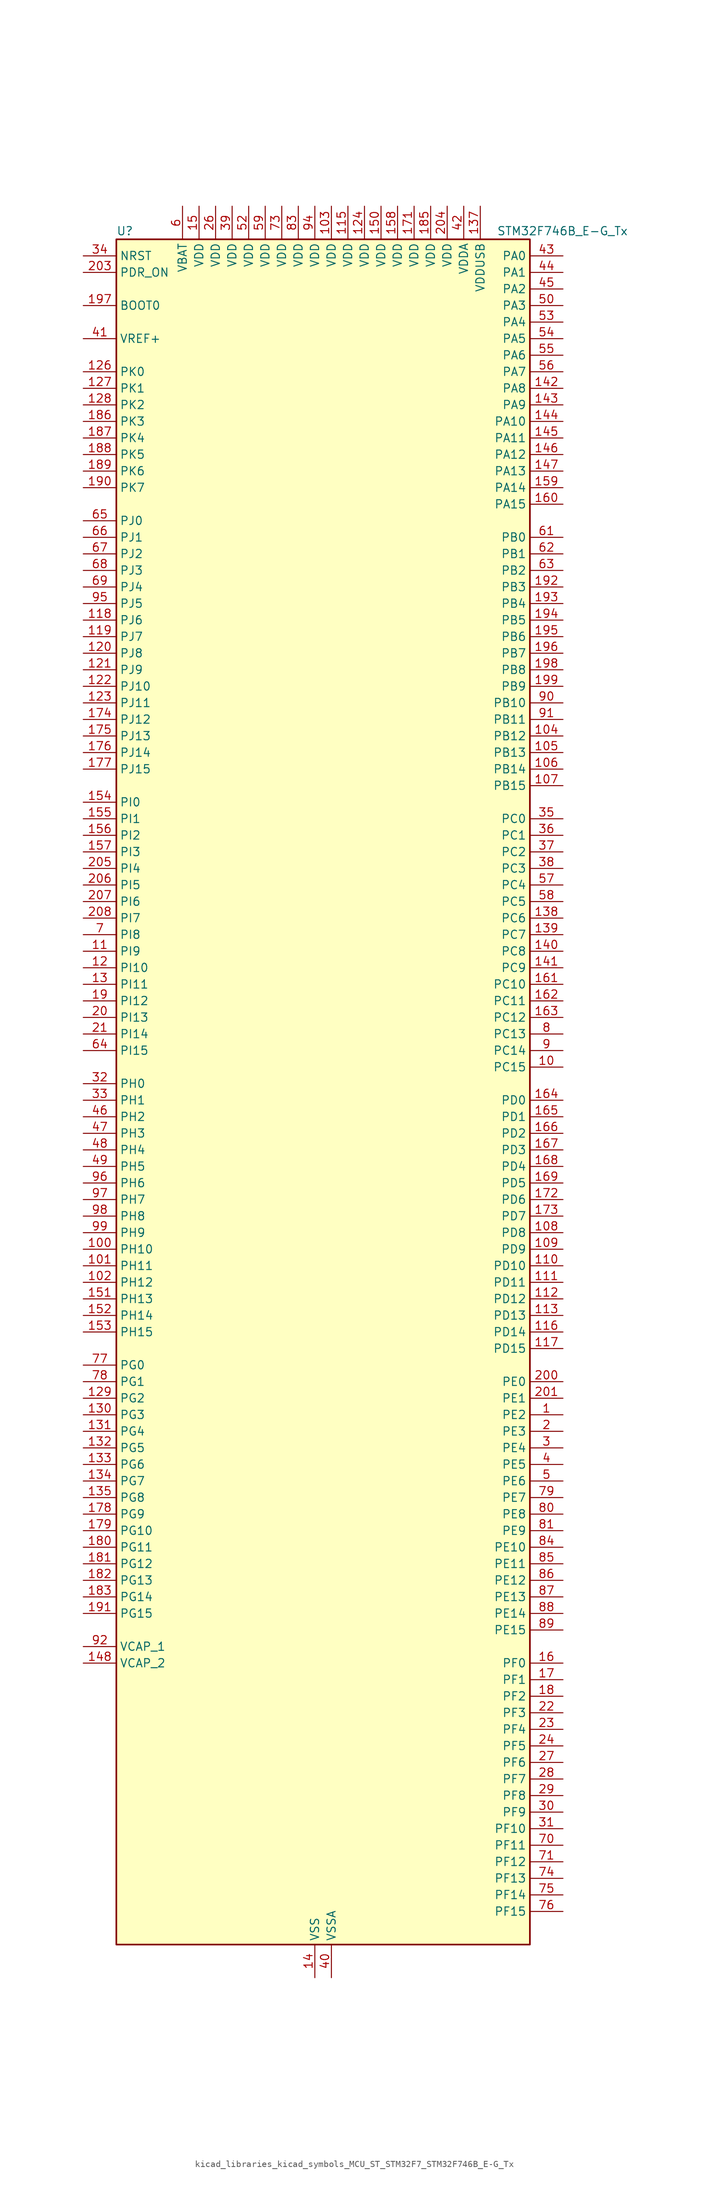
<source format=kicad_sym>
(kicad_symbol_lib
  (version 20220914)
  (generator kicad_symbol_editor)
  (symbol "kicad_libraries_kicad_symbols_MCU_ST_STM32F7_STM32F746B_E-G_Tx"
    (property "Reference" "U"
      (at -30.48 133.35 0)
      (effects (font (size 1.27 1.27)) (justify left)))
    (property "Value" "STM32F746B_E-G_Tx"
      (at 27.94 133.35 0)
      (effects (font (size 1.27 1.27)) (justify left)))
    (property "ki_locked" ""
      (at 0 0 0)
      (effects (font (size 1.27 1.27))))
    (symbol "kicad_libraries_kicad_symbols_MCU_ST_STM32F7_STM32F746B_E-G_Tx_0_1"
      (rectangle (start -30.48 -129.54) (end 33.02 132.08) (stroke (width 0.254) (type default)) (fill (type background))))
    (symbol "kicad_libraries_kicad_symbols_MCU_ST_STM32F7_STM32F746B_E-G_Tx_1_1"
      (pin bidirectional line (at 38.1 -48.26 180) (length 5.08) (name "PE2" (effects (font (size 1.27 1.27)))) (number "1" (effects (font (size 1.27 1.27)))) (alternate "ETH_TXD3" bidirectional line) (alternate "FMC_A23" bidirectional line) (alternate "QUADSPI_BK1_IO2" bidirectional line) (alternate "SAI1_MCLK_A" bidirectional line) (alternate "SPI4_SCK" bidirectional line) (alternate "SYS_TRACECLK" bidirectional line))
      (pin bidirectional line (at 38.1 5.08 180) (length 5.08) (name "PC15" (effects (font (size 1.27 1.27)))) (number "10" (effects (font (size 1.27 1.27)))) (alternate "RCC_OSC32_OUT" bidirectional line))
      (pin bidirectional line (at -35.56 -22.86 0) (length 5.08) (name "PH10" (effects (font (size 1.27 1.27)))) (number "100" (effects (font (size 1.27 1.27)))) (alternate "DCMI_D1" bidirectional line) (alternate "FMC_D18" bidirectional line) (alternate "I2C4_SMBA" bidirectional line) (alternate "LTDC_R4" bidirectional line) (alternate "TIM5_CH1" bidirectional line))
      (pin bidirectional line (at -35.56 -25.4 0) (length 5.08) (name "PH11" (effects (font (size 1.27 1.27)))) (number "101" (effects (font (size 1.27 1.27)))) (alternate "ADC1_EXTI11" bidirectional line) (alternate "ADC2_EXTI11" bidirectional line) (alternate "ADC3_EXTI11" bidirectional line) (alternate "DCMI_D2" bidirectional line) (alternate "FMC_D19" bidirectional line) (alternate "I2C4_SCL" bidirectional line) (alternate "LTDC_R5" bidirectional line) (alternate "TIM5_CH2" bidirectional line))
      (pin bidirectional line (at -35.56 -27.94 0) (length 5.08) (name "PH12" (effects (font (size 1.27 1.27)))) (number "102" (effects (font (size 1.27 1.27)))) (alternate "DCMI_D3" bidirectional line) (alternate "FMC_D20" bidirectional line) (alternate "I2C4_SDA" bidirectional line) (alternate "LTDC_R6" bidirectional line) (alternate "TIM5_CH3" bidirectional line))
      (pin power_in line (at 2.54 137.16 270) (length 5.08) (name "VDD" (effects (font (size 1.27 1.27)))) (number "103" (effects (font (size 1.27 1.27)))))
      (pin bidirectional line (at 38.1 55.88 180) (length 5.08) (name "PB12" (effects (font (size 1.27 1.27)))) (number "104" (effects (font (size 1.27 1.27)))) (alternate "CAN2_RX" bidirectional line) (alternate "ETH_TXD0" bidirectional line) (alternate "I2C2_SMBA" bidirectional line) (alternate "I2S2_WS" bidirectional line) (alternate "SPI2_NSS" bidirectional line) (alternate "TIM1_BKIN" bidirectional line) (alternate "USART3_CK" bidirectional line) (alternate "USB_OTG_HS_ID" bidirectional line) (alternate "USB_OTG_HS_ULPI_D5" bidirectional line))
      (pin bidirectional line (at 38.1 53.34 180) (length 5.08) (name "PB13" (effects (font (size 1.27 1.27)))) (number "105" (effects (font (size 1.27 1.27)))) (alternate "CAN2_TX" bidirectional line) (alternate "ETH_TXD1" bidirectional line) (alternate "I2S2_CK" bidirectional line) (alternate "SPI2_SCK" bidirectional line) (alternate "TIM1_CH1N" bidirectional line) (alternate "USART3_CTS" bidirectional line) (alternate "USB_OTG_HS_ULPI_D6" bidirectional line) (alternate "USB_OTG_HS_VBUS" bidirectional line))
      (pin bidirectional line (at 38.1 50.8 180) (length 5.08) (name "PB14" (effects (font (size 1.27 1.27)))) (number "106" (effects (font (size 1.27 1.27)))) (alternate "SPI2_MISO" bidirectional line) (alternate "TIM12_CH1" bidirectional line) (alternate "TIM1_CH2N" bidirectional line) (alternate "TIM8_CH2N" bidirectional line) (alternate "USART3_DE" bidirectional line) (alternate "USART3_RTS" bidirectional line) (alternate "USB_OTG_HS_DM" bidirectional line))
      (pin bidirectional line (at 38.1 48.26 180) (length 5.08) (name "PB15" (effects (font (size 1.27 1.27)))) (number "107" (effects (font (size 1.27 1.27)))) (alternate "I2S2_SD" bidirectional line) (alternate "RTC_REFIN" bidirectional line) (alternate "SPI2_MOSI" bidirectional line) (alternate "TIM12_CH2" bidirectional line) (alternate "TIM1_CH3N" bidirectional line) (alternate "TIM8_CH3N" bidirectional line) (alternate "USB_OTG_HS_DP" bidirectional line))
      (pin bidirectional line (at 38.1 -20.32 180) (length 5.08) (name "PD8" (effects (font (size 1.27 1.27)))) (number "108" (effects (font (size 1.27 1.27)))) (alternate "FMC_D13" bidirectional line) (alternate "FMC_DA13" bidirectional line) (alternate "SPDIFRX_IN1" bidirectional line) (alternate "USART3_TX" bidirectional line))
      (pin bidirectional line (at 38.1 -22.86 180) (length 5.08) (name "PD9" (effects (font (size 1.27 1.27)))) (number "109" (effects (font (size 1.27 1.27)))) (alternate "DAC_EXTI9" bidirectional line) (alternate "FMC_D14" bidirectional line) (alternate "FMC_DA14" bidirectional line) (alternate "USART3_RX" bidirectional line))
      (pin bidirectional line (at -35.56 22.86 0) (length 5.08) (name "PI9" (effects (font (size 1.27 1.27)))) (number "11" (effects (font (size 1.27 1.27)))) (alternate "CAN1_RX" bidirectional line) (alternate "DAC_EXTI9" bidirectional line) (alternate "FMC_D30" bidirectional line) (alternate "LTDC_VSYNC" bidirectional line))
      (pin bidirectional line (at 38.1 -25.4 180) (length 5.08) (name "PD10" (effects (font (size 1.27 1.27)))) (number "110" (effects (font (size 1.27 1.27)))) (alternate "FMC_D15" bidirectional line) (alternate "FMC_DA15" bidirectional line) (alternate "LTDC_B3" bidirectional line) (alternate "USART3_CK" bidirectional line))
      (pin bidirectional line (at 38.1 -27.94 180) (length 5.08) (name "PD11" (effects (font (size 1.27 1.27)))) (number "111" (effects (font (size 1.27 1.27)))) (alternate "ADC1_EXTI11" bidirectional line) (alternate "ADC2_EXTI11" bidirectional line) (alternate "ADC3_EXTI11" bidirectional line) (alternate "FMC_A16" bidirectional line) (alternate "FMC_CLE" bidirectional line) (alternate "I2C4_SMBA" bidirectional line) (alternate "QUADSPI_BK1_IO0" bidirectional line) (alternate "SAI2_SD_A" bidirectional line) (alternate "USART3_CTS" bidirectional line))
      (pin bidirectional line (at 38.1 -30.48 180) (length 5.08) (name "PD12" (effects (font (size 1.27 1.27)))) (number "112" (effects (font (size 1.27 1.27)))) (alternate "FMC_A17" bidirectional line) (alternate "FMC_ALE" bidirectional line) (alternate "I2C4_SCL" bidirectional line) (alternate "LPTIM1_IN1" bidirectional line) (alternate "QUADSPI_BK1_IO1" bidirectional line) (alternate "SAI2_FS_A" bidirectional line) (alternate "TIM4_CH1" bidirectional line) (alternate "USART3_DE" bidirectional line) (alternate "USART3_RTS" bidirectional line))
      (pin bidirectional line (at 38.1 -33.02 180) (length 5.08) (name "PD13" (effects (font (size 1.27 1.27)))) (number "113" (effects (font (size 1.27 1.27)))) (alternate "FMC_A18" bidirectional line) (alternate "I2C4_SDA" bidirectional line) (alternate "LPTIM1_OUT" bidirectional line) (alternate "QUADSPI_BK1_IO3" bidirectional line) (alternate "SAI2_SCK_A" bidirectional line) (alternate "TIM4_CH2" bidirectional line))
      (pin passive line (at 0 -134.62 90) (length 5.08) hide (name "VSS" (effects (font (size 1.27 1.27)))) (number "114" (effects (font (size 1.27 1.27)))))
      (pin power_in line (at 5.08 137.16 270) (length 5.08) (name "VDD" (effects (font (size 1.27 1.27)))) (number "115" (effects (font (size 1.27 1.27)))))
      (pin bidirectional line (at 38.1 -35.56 180) (length 5.08) (name "PD14" (effects (font (size 1.27 1.27)))) (number "116" (effects (font (size 1.27 1.27)))) (alternate "FMC_D0" bidirectional line) (alternate "FMC_DA0" bidirectional line) (alternate "TIM4_CH3" bidirectional line) (alternate "UART8_CTS" bidirectional line))
      (pin bidirectional line (at 38.1 -38.1 180) (length 5.08) (name "PD15" (effects (font (size 1.27 1.27)))) (number "117" (effects (font (size 1.27 1.27)))) (alternate "FMC_D1" bidirectional line) (alternate "FMC_DA1" bidirectional line) (alternate "TIM4_CH4" bidirectional line) (alternate "UART8_DE" bidirectional line) (alternate "UART8_RTS" bidirectional line))
      (pin bidirectional line (at -35.56 73.66 0) (length 5.08) (name "PJ6" (effects (font (size 1.27 1.27)))) (number "118" (effects (font (size 1.27 1.27)))) (alternate "LTDC_R7" bidirectional line))
      (pin bidirectional line (at -35.56 71.12 0) (length 5.08) (name "PJ7" (effects (font (size 1.27 1.27)))) (number "119" (effects (font (size 1.27 1.27)))) (alternate "LTDC_G0" bidirectional line))
      (pin bidirectional line (at -35.56 20.32 0) (length 5.08) (name "PI10" (effects (font (size 1.27 1.27)))) (number "12" (effects (font (size 1.27 1.27)))) (alternate "ETH_RX_ER" bidirectional line) (alternate "FMC_D31" bidirectional line) (alternate "LTDC_HSYNC" bidirectional line))
      (pin bidirectional line (at -35.56 68.58 0) (length 5.08) (name "PJ8" (effects (font (size 1.27 1.27)))) (number "120" (effects (font (size 1.27 1.27)))) (alternate "LTDC_G1" bidirectional line))
      (pin bidirectional line (at -35.56 66.04 0) (length 5.08) (name "PJ9" (effects (font (size 1.27 1.27)))) (number "121" (effects (font (size 1.27 1.27)))) (alternate "DAC_EXTI9" bidirectional line) (alternate "LTDC_G2" bidirectional line))
      (pin bidirectional line (at -35.56 63.5 0) (length 5.08) (name "PJ10" (effects (font (size 1.27 1.27)))) (number "122" (effects (font (size 1.27 1.27)))) (alternate "LTDC_G3" bidirectional line))
      (pin bidirectional line (at -35.56 60.96 0) (length 5.08) (name "PJ11" (effects (font (size 1.27 1.27)))) (number "123" (effects (font (size 1.27 1.27)))) (alternate "ADC1_EXTI11" bidirectional line) (alternate "ADC2_EXTI11" bidirectional line) (alternate "ADC3_EXTI11" bidirectional line) (alternate "LTDC_G4" bidirectional line))
      (pin power_in line (at 7.62 137.16 270) (length 5.08) (name "VDD" (effects (font (size 1.27 1.27)))) (number "124" (effects (font (size 1.27 1.27)))))
      (pin passive line (at 0 -134.62 90) (length 5.08) hide (name "VSS" (effects (font (size 1.27 1.27)))) (number "125" (effects (font (size 1.27 1.27)))))
      (pin bidirectional line (at -35.56 111.76 0) (length 5.08) (name "PK0" (effects (font (size 1.27 1.27)))) (number "126" (effects (font (size 1.27 1.27)))) (alternate "LTDC_G5" bidirectional line))
      (pin bidirectional line (at -35.56 109.22 0) (length 5.08) (name "PK1" (effects (font (size 1.27 1.27)))) (number "127" (effects (font (size 1.27 1.27)))) (alternate "LTDC_G6" bidirectional line))
      (pin bidirectional line (at -35.56 106.68 0) (length 5.08) (name "PK2" (effects (font (size 1.27 1.27)))) (number "128" (effects (font (size 1.27 1.27)))) (alternate "LTDC_G7" bidirectional line))
      (pin bidirectional line (at -35.56 -45.72 0) (length 5.08) (name "PG2" (effects (font (size 1.27 1.27)))) (number "129" (effects (font (size 1.27 1.27)))) (alternate "FMC_A12" bidirectional line))
      (pin bidirectional line (at -35.56 17.78 0) (length 5.08) (name "PI11" (effects (font (size 1.27 1.27)))) (number "13" (effects (font (size 1.27 1.27)))) (alternate "ADC1_EXTI11" bidirectional line) (alternate "ADC2_EXTI11" bidirectional line) (alternate "ADC3_EXTI11" bidirectional line) (alternate "SYS_WKUP6" bidirectional line) (alternate "USB_OTG_HS_ULPI_DIR" bidirectional line))
      (pin bidirectional line (at -35.56 -48.26 0) (length 5.08) (name "PG3" (effects (font (size 1.27 1.27)))) (number "130" (effects (font (size 1.27 1.27)))) (alternate "FMC_A13" bidirectional line))
      (pin bidirectional line (at -35.56 -50.8 0) (length 5.08) (name "PG4" (effects (font (size 1.27 1.27)))) (number "131" (effects (font (size 1.27 1.27)))) (alternate "FMC_A14" bidirectional line) (alternate "FMC_BA0" bidirectional line))
      (pin bidirectional line (at -35.56 -53.34 0) (length 5.08) (name "PG5" (effects (font (size 1.27 1.27)))) (number "132" (effects (font (size 1.27 1.27)))) (alternate "FMC_A15" bidirectional line) (alternate "FMC_BA1" bidirectional line))
      (pin bidirectional line (at -35.56 -55.88 0) (length 5.08) (name "PG6" (effects (font (size 1.27 1.27)))) (number "133" (effects (font (size 1.27 1.27)))) (alternate "DCMI_D12" bidirectional line) (alternate "LTDC_R7" bidirectional line))
      (pin bidirectional line (at -35.56 -58.42 0) (length 5.08) (name "PG7" (effects (font (size 1.27 1.27)))) (number "134" (effects (font (size 1.27 1.27)))) (alternate "DCMI_D13" bidirectional line) (alternate "FMC_INT" bidirectional line) (alternate "LTDC_CLK" bidirectional line) (alternate "USART6_CK" bidirectional line))
      (pin bidirectional line (at -35.56 -60.96 0) (length 5.08) (name "PG8" (effects (font (size 1.27 1.27)))) (number "135" (effects (font (size 1.27 1.27)))) (alternate "ETH_PPS_OUT" bidirectional line) (alternate "FMC_SDCLK" bidirectional line) (alternate "SPDIFRX_IN2" bidirectional line) (alternate "SPI6_NSS" bidirectional line) (alternate "USART6_DE" bidirectional line) (alternate "USART6_RTS" bidirectional line))
      (pin passive line (at 0 -134.62 90) (length 5.08) hide (name "VSS" (effects (font (size 1.27 1.27)))) (number "136" (effects (font (size 1.27 1.27)))))
      (pin power_in line (at 25.4 137.16 270) (length 5.08) (name "VDDUSB" (effects (font (size 1.27 1.27)))) (number "137" (effects (font (size 1.27 1.27)))))
      (pin bidirectional line (at 38.1 27.94 180) (length 5.08) (name "PC6" (effects (font (size 1.27 1.27)))) (number "138" (effects (font (size 1.27 1.27)))) (alternate "DCMI_D0" bidirectional line) (alternate "I2S2_MCK" bidirectional line) (alternate "LTDC_HSYNC" bidirectional line) (alternate "SDMMC1_D6" bidirectional line) (alternate "TIM3_CH1" bidirectional line) (alternate "TIM8_CH1" bidirectional line) (alternate "USART6_TX" bidirectional line))
      (pin bidirectional line (at 38.1 25.4 180) (length 5.08) (name "PC7" (effects (font (size 1.27 1.27)))) (number "139" (effects (font (size 1.27 1.27)))) (alternate "DCMI_D1" bidirectional line) (alternate "I2S3_MCK" bidirectional line) (alternate "LTDC_G6" bidirectional line) (alternate "SDMMC1_D7" bidirectional line) (alternate "TIM3_CH2" bidirectional line) (alternate "TIM8_CH2" bidirectional line) (alternate "USART6_RX" bidirectional line))
      (pin power_in line (at 0 -134.62 90) (length 5.08) (name "VSS" (effects (font (size 1.27 1.27)))) (number "14" (effects (font (size 1.27 1.27)))))
      (pin bidirectional line (at 38.1 22.86 180) (length 5.08) (name "PC8" (effects (font (size 1.27 1.27)))) (number "140" (effects (font (size 1.27 1.27)))) (alternate "DCMI_D2" bidirectional line) (alternate "SDMMC1_D0" bidirectional line) (alternate "SYS_TRACED1" bidirectional line) (alternate "TIM3_CH3" bidirectional line) (alternate "TIM8_CH3" bidirectional line) (alternate "UART5_DE" bidirectional line) (alternate "UART5_RTS" bidirectional line) (alternate "USART6_CK" bidirectional line))
      (pin bidirectional line (at 38.1 20.32 180) (length 5.08) (name "PC9" (effects (font (size 1.27 1.27)))) (number "141" (effects (font (size 1.27 1.27)))) (alternate "DAC_EXTI9" bidirectional line) (alternate "DCMI_D3" bidirectional line) (alternate "I2C3_SDA" bidirectional line) (alternate "I2S_CKIN" bidirectional line) (alternate "QUADSPI_BK1_IO0" bidirectional line) (alternate "RCC_MCO_2" bidirectional line) (alternate "SDMMC1_D1" bidirectional line) (alternate "TIM3_CH4" bidirectional line) (alternate "TIM8_CH4" bidirectional line) (alternate "UART5_CTS" bidirectional line))
      (pin bidirectional line (at 38.1 109.22 180) (length 5.08) (name "PA8" (effects (font (size 1.27 1.27)))) (number "142" (effects (font (size 1.27 1.27)))) (alternate "I2C3_SCL" bidirectional line) (alternate "LTDC_R6" bidirectional line) (alternate "RCC_MCO_1" bidirectional line) (alternate "TIM1_CH1" bidirectional line) (alternate "TIM8_BKIN2" bidirectional line) (alternate "USART1_CK" bidirectional line) (alternate "USB_OTG_FS_SOF" bidirectional line))
      (pin bidirectional line (at 38.1 106.68 180) (length 5.08) (name "PA9" (effects (font (size 1.27 1.27)))) (number "143" (effects (font (size 1.27 1.27)))) (alternate "DAC_EXTI9" bidirectional line) (alternate "DCMI_D0" bidirectional line) (alternate "I2C3_SMBA" bidirectional line) (alternate "I2S2_CK" bidirectional line) (alternate "SPI2_SCK" bidirectional line) (alternate "TIM1_CH2" bidirectional line) (alternate "USART1_TX" bidirectional line) (alternate "USB_OTG_FS_VBUS" bidirectional line))
      (pin bidirectional line (at 38.1 104.14 180) (length 5.08) (name "PA10" (effects (font (size 1.27 1.27)))) (number "144" (effects (font (size 1.27 1.27)))) (alternate "DCMI_D1" bidirectional line) (alternate "TIM1_CH3" bidirectional line) (alternate "USART1_RX" bidirectional line) (alternate "USB_OTG_FS_ID" bidirectional line))
      (pin bidirectional line (at 38.1 101.6 180) (length 5.08) (name "PA11" (effects (font (size 1.27 1.27)))) (number "145" (effects (font (size 1.27 1.27)))) (alternate "ADC1_EXTI11" bidirectional line) (alternate "ADC2_EXTI11" bidirectional line) (alternate "ADC3_EXTI11" bidirectional line) (alternate "CAN1_RX" bidirectional line) (alternate "LTDC_R4" bidirectional line) (alternate "TIM1_CH4" bidirectional line) (alternate "USART1_CTS" bidirectional line) (alternate "USB_OTG_FS_DM" bidirectional line))
      (pin bidirectional line (at 38.1 99.06 180) (length 5.08) (name "PA12" (effects (font (size 1.27 1.27)))) (number "146" (effects (font (size 1.27 1.27)))) (alternate "CAN1_TX" bidirectional line) (alternate "LTDC_R5" bidirectional line) (alternate "SAI2_FS_B" bidirectional line) (alternate "TIM1_ETR" bidirectional line) (alternate "USART1_DE" bidirectional line) (alternate "USART1_RTS" bidirectional line) (alternate "USB_OTG_FS_DP" bidirectional line))
      (pin bidirectional line (at 38.1 96.52 180) (length 5.08) (name "PA13" (effects (font (size 1.27 1.27)))) (number "147" (effects (font (size 1.27 1.27)))) (alternate "SYS_JTMS-SWDIO" bidirectional line))
      (pin power_out line (at -35.56 -86.36 0) (length 5.08) (name "VCAP_2" (effects (font (size 1.27 1.27)))) (number "148" (effects (font (size 1.27 1.27)))))
      (pin passive line (at 0 -134.62 90) (length 5.08) hide (name "VSS" (effects (font (size 1.27 1.27)))) (number "149" (effects (font (size 1.27 1.27)))))
      (pin power_in line (at -17.78 137.16 270) (length 5.08) (name "VDD" (effects (font (size 1.27 1.27)))) (number "15" (effects (font (size 1.27 1.27)))))
      (pin power_in line (at 10.16 137.16 270) (length 5.08) (name "VDD" (effects (font (size 1.27 1.27)))) (number "150" (effects (font (size 1.27 1.27)))))
      (pin bidirectional line (at -35.56 -30.48 0) (length 5.08) (name "PH13" (effects (font (size 1.27 1.27)))) (number "151" (effects (font (size 1.27 1.27)))) (alternate "CAN1_TX" bidirectional line) (alternate "FMC_D21" bidirectional line) (alternate "LTDC_G2" bidirectional line) (alternate "TIM8_CH1N" bidirectional line))
      (pin bidirectional line (at -35.56 -33.02 0) (length 5.08) (name "PH14" (effects (font (size 1.27 1.27)))) (number "152" (effects (font (size 1.27 1.27)))) (alternate "DCMI_D4" bidirectional line) (alternate "FMC_D22" bidirectional line) (alternate "LTDC_G3" bidirectional line) (alternate "TIM8_CH2N" bidirectional line))
      (pin bidirectional line (at -35.56 -35.56 0) (length 5.08) (name "PH15" (effects (font (size 1.27 1.27)))) (number "153" (effects (font (size 1.27 1.27)))) (alternate "DCMI_D11" bidirectional line) (alternate "FMC_D23" bidirectional line) (alternate "LTDC_G4" bidirectional line) (alternate "TIM8_CH3N" bidirectional line))
      (pin bidirectional line (at -35.56 45.72 0) (length 5.08) (name "PI0" (effects (font (size 1.27 1.27)))) (number "154" (effects (font (size 1.27 1.27)))) (alternate "DCMI_D13" bidirectional line) (alternate "FMC_D24" bidirectional line) (alternate "I2S2_WS" bidirectional line) (alternate "LTDC_G5" bidirectional line) (alternate "SPI2_NSS" bidirectional line) (alternate "TIM5_CH4" bidirectional line))
      (pin bidirectional line (at -35.56 43.18 0) (length 5.08) (name "PI1" (effects (font (size 1.27 1.27)))) (number "155" (effects (font (size 1.27 1.27)))) (alternate "DCMI_D8" bidirectional line) (alternate "FMC_D25" bidirectional line) (alternate "I2S2_CK" bidirectional line) (alternate "LTDC_G6" bidirectional line) (alternate "SPI2_SCK" bidirectional line) (alternate "TIM8_BKIN2" bidirectional line))
      (pin bidirectional line (at -35.56 40.64 0) (length 5.08) (name "PI2" (effects (font (size 1.27 1.27)))) (number "156" (effects (font (size 1.27 1.27)))) (alternate "DCMI_D9" bidirectional line) (alternate "FMC_D26" bidirectional line) (alternate "LTDC_G7" bidirectional line) (alternate "SPI2_MISO" bidirectional line) (alternate "TIM8_CH4" bidirectional line))
      (pin bidirectional line (at -35.56 38.1 0) (length 5.08) (name "PI3" (effects (font (size 1.27 1.27)))) (number "157" (effects (font (size 1.27 1.27)))) (alternate "DCMI_D10" bidirectional line) (alternate "FMC_D27" bidirectional line) (alternate "I2S2_SD" bidirectional line) (alternate "SPI2_MOSI" bidirectional line) (alternate "TIM8_ETR" bidirectional line))
      (pin power_in line (at 12.7 137.16 270) (length 5.08) (name "VDD" (effects (font (size 1.27 1.27)))) (number "158" (effects (font (size 1.27 1.27)))))
      (pin bidirectional line (at 38.1 93.98 180) (length 5.08) (name "PA14" (effects (font (size 1.27 1.27)))) (number "159" (effects (font (size 1.27 1.27)))) (alternate "SYS_JTCK-SWCLK" bidirectional line))
      (pin bidirectional line (at 38.1 -86.36 180) (length 5.08) (name "PF0" (effects (font (size 1.27 1.27)))) (number "16" (effects (font (size 1.27 1.27)))) (alternate "FMC_A0" bidirectional line) (alternate "I2C2_SDA" bidirectional line))
      (pin bidirectional line (at 38.1 91.44 180) (length 5.08) (name "PA15" (effects (font (size 1.27 1.27)))) (number "160" (effects (font (size 1.27 1.27)))) (alternate "CEC" bidirectional line) (alternate "I2S1_WS" bidirectional line) (alternate "I2S3_WS" bidirectional line) (alternate "SPI1_NSS" bidirectional line) (alternate "SPI3_NSS" bidirectional line) (alternate "SYS_JTDI" bidirectional line) (alternate "TIM2_CH1" bidirectional line) (alternate "TIM2_ETR" bidirectional line) (alternate "UART4_DE" bidirectional line) (alternate "UART4_RTS" bidirectional line))
      (pin bidirectional line (at 38.1 17.78 180) (length 5.08) (name "PC10" (effects (font (size 1.27 1.27)))) (number "161" (effects (font (size 1.27 1.27)))) (alternate "DCMI_D8" bidirectional line) (alternate "I2S3_CK" bidirectional line) (alternate "LTDC_R2" bidirectional line) (alternate "QUADSPI_BK1_IO1" bidirectional line) (alternate "SDMMC1_D2" bidirectional line) (alternate "SPI3_SCK" bidirectional line) (alternate "UART4_TX" bidirectional line) (alternate "USART3_TX" bidirectional line))
      (pin bidirectional line (at 38.1 15.24 180) (length 5.08) (name "PC11" (effects (font (size 1.27 1.27)))) (number "162" (effects (font (size 1.27 1.27)))) (alternate "ADC1_EXTI11" bidirectional line) (alternate "ADC2_EXTI11" bidirectional line) (alternate "ADC3_EXTI11" bidirectional line) (alternate "DCMI_D4" bidirectional line) (alternate "QUADSPI_BK2_NCS" bidirectional line) (alternate "SDMMC1_D3" bidirectional line) (alternate "SPI3_MISO" bidirectional line) (alternate "UART4_RX" bidirectional line) (alternate "USART3_RX" bidirectional line))
      (pin bidirectional line (at 38.1 12.7 180) (length 5.08) (name "PC12" (effects (font (size 1.27 1.27)))) (number "163" (effects (font (size 1.27 1.27)))) (alternate "DCMI_D9" bidirectional line) (alternate "I2S3_SD" bidirectional line) (alternate "SDMMC1_CK" bidirectional line) (alternate "SPI3_MOSI" bidirectional line) (alternate "SYS_TRACED3" bidirectional line) (alternate "UART5_TX" bidirectional line) (alternate "USART3_CK" bidirectional line))
      (pin bidirectional line (at 38.1 0 180) (length 5.08) (name "PD0" (effects (font (size 1.27 1.27)))) (number "164" (effects (font (size 1.27 1.27)))) (alternate "CAN1_RX" bidirectional line) (alternate "FMC_D2" bidirectional line) (alternate "FMC_DA2" bidirectional line))
      (pin bidirectional line (at 38.1 -2.54 180) (length 5.08) (name "PD1" (effects (font (size 1.27 1.27)))) (number "165" (effects (font (size 1.27 1.27)))) (alternate "CAN1_TX" bidirectional line) (alternate "FMC_D3" bidirectional line) (alternate "FMC_DA3" bidirectional line))
      (pin bidirectional line (at 38.1 -5.08 180) (length 5.08) (name "PD2" (effects (font (size 1.27 1.27)))) (number "166" (effects (font (size 1.27 1.27)))) (alternate "DCMI_D11" bidirectional line) (alternate "SDMMC1_CMD" bidirectional line) (alternate "SYS_TRACED2" bidirectional line) (alternate "TIM3_ETR" bidirectional line) (alternate "UART5_RX" bidirectional line))
      (pin bidirectional line (at 38.1 -7.62 180) (length 5.08) (name "PD3" (effects (font (size 1.27 1.27)))) (number "167" (effects (font (size 1.27 1.27)))) (alternate "DCMI_D5" bidirectional line) (alternate "FMC_CLK" bidirectional line) (alternate "I2S2_CK" bidirectional line) (alternate "LTDC_G7" bidirectional line) (alternate "SPI2_SCK" bidirectional line) (alternate "USART2_CTS" bidirectional line))
      (pin bidirectional line (at 38.1 -10.16 180) (length 5.08) (name "PD4" (effects (font (size 1.27 1.27)))) (number "168" (effects (font (size 1.27 1.27)))) (alternate "FMC_NOE" bidirectional line) (alternate "USART2_DE" bidirectional line) (alternate "USART2_RTS" bidirectional line))
      (pin bidirectional line (at 38.1 -12.7 180) (length 5.08) (name "PD5" (effects (font (size 1.27 1.27)))) (number "169" (effects (font (size 1.27 1.27)))) (alternate "FMC_NWE" bidirectional line) (alternate "USART2_TX" bidirectional line))
      (pin bidirectional line (at 38.1 -88.9 180) (length 5.08) (name "PF1" (effects (font (size 1.27 1.27)))) (number "17" (effects (font (size 1.27 1.27)))) (alternate "FMC_A1" bidirectional line) (alternate "I2C2_SCL" bidirectional line))
      (pin passive line (at 0 -134.62 90) (length 5.08) hide (name "VSS" (effects (font (size 1.27 1.27)))) (number "170" (effects (font (size 1.27 1.27)))))
      (pin power_in line (at 15.24 137.16 270) (length 5.08) (name "VDD" (effects (font (size 1.27 1.27)))) (number "171" (effects (font (size 1.27 1.27)))))
      (pin bidirectional line (at 38.1 -15.24 180) (length 5.08) (name "PD6" (effects (font (size 1.27 1.27)))) (number "172" (effects (font (size 1.27 1.27)))) (alternate "DCMI_D10" bidirectional line) (alternate "FMC_NWAIT" bidirectional line) (alternate "I2S3_SD" bidirectional line) (alternate "LTDC_B2" bidirectional line) (alternate "SAI1_SD_A" bidirectional line) (alternate "SPI3_MOSI" bidirectional line) (alternate "USART2_RX" bidirectional line))
      (pin bidirectional line (at 38.1 -17.78 180) (length 5.08) (name "PD7" (effects (font (size 1.27 1.27)))) (number "173" (effects (font (size 1.27 1.27)))) (alternate "FMC_NE1" bidirectional line) (alternate "SPDIFRX_IN0" bidirectional line) (alternate "USART2_CK" bidirectional line))
      (pin bidirectional line (at -35.56 58.42 0) (length 5.08) (name "PJ12" (effects (font (size 1.27 1.27)))) (number "174" (effects (font (size 1.27 1.27)))) (alternate "LTDC_B0" bidirectional line))
      (pin bidirectional line (at -35.56 55.88 0) (length 5.08) (name "PJ13" (effects (font (size 1.27 1.27)))) (number "175" (effects (font (size 1.27 1.27)))) (alternate "LTDC_B1" bidirectional line))
      (pin bidirectional line (at -35.56 53.34 0) (length 5.08) (name "PJ14" (effects (font (size 1.27 1.27)))) (number "176" (effects (font (size 1.27 1.27)))) (alternate "LTDC_B2" bidirectional line))
      (pin bidirectional line (at -35.56 50.8 0) (length 5.08) (name "PJ15" (effects (font (size 1.27 1.27)))) (number "177" (effects (font (size 1.27 1.27)))) (alternate "LTDC_B3" bidirectional line))
      (pin bidirectional line (at -35.56 -63.5 0) (length 5.08) (name "PG9" (effects (font (size 1.27 1.27)))) (number "178" (effects (font (size 1.27 1.27)))) (alternate "DAC_EXTI9" bidirectional line) (alternate "DCMI_VSYNC" bidirectional line) (alternate "FMC_NCE" bidirectional line) (alternate "FMC_NE2" bidirectional line) (alternate "QUADSPI_BK2_IO2" bidirectional line) (alternate "SAI2_FS_B" bidirectional line) (alternate "SPDIFRX_IN3" bidirectional line) (alternate "USART6_RX" bidirectional line))
      (pin bidirectional line (at -35.56 -66.04 0) (length 5.08) (name "PG10" (effects (font (size 1.27 1.27)))) (number "179" (effects (font (size 1.27 1.27)))) (alternate "DCMI_D2" bidirectional line) (alternate "FMC_NE3" bidirectional line) (alternate "LTDC_B2" bidirectional line) (alternate "LTDC_G3" bidirectional line) (alternate "SAI2_SD_B" bidirectional line))
      (pin bidirectional line (at 38.1 -91.44 180) (length 5.08) (name "PF2" (effects (font (size 1.27 1.27)))) (number "18" (effects (font (size 1.27 1.27)))) (alternate "FMC_A2" bidirectional line) (alternate "I2C2_SMBA" bidirectional line))
      (pin bidirectional line (at -35.56 -68.58 0) (length 5.08) (name "PG11" (effects (font (size 1.27 1.27)))) (number "180" (effects (font (size 1.27 1.27)))) (alternate "ADC1_EXTI11" bidirectional line) (alternate "ADC2_EXTI11" bidirectional line) (alternate "ADC3_EXTI11" bidirectional line) (alternate "DCMI_D3" bidirectional line) (alternate "ETH_TX_EN" bidirectional line) (alternate "LTDC_B3" bidirectional line) (alternate "SPDIFRX_IN0" bidirectional line))
      (pin bidirectional line (at -35.56 -71.12 0) (length 5.08) (name "PG12" (effects (font (size 1.27 1.27)))) (number "181" (effects (font (size 1.27 1.27)))) (alternate "FMC_NE4" bidirectional line) (alternate "LPTIM1_IN1" bidirectional line) (alternate "LTDC_B1" bidirectional line) (alternate "LTDC_B4" bidirectional line) (alternate "SPDIFRX_IN1" bidirectional line) (alternate "SPI6_MISO" bidirectional line) (alternate "USART6_DE" bidirectional line) (alternate "USART6_RTS" bidirectional line))
      (pin bidirectional line (at -35.56 -73.66 0) (length 5.08) (name "PG13" (effects (font (size 1.27 1.27)))) (number "182" (effects (font (size 1.27 1.27)))) (alternate "ETH_TXD0" bidirectional line) (alternate "FMC_A24" bidirectional line) (alternate "LPTIM1_OUT" bidirectional line) (alternate "LTDC_R0" bidirectional line) (alternate "SPI6_SCK" bidirectional line) (alternate "SYS_TRACED0" bidirectional line) (alternate "USART6_CTS" bidirectional line))
      (pin bidirectional line (at -35.56 -76.2 0) (length 5.08) (name "PG14" (effects (font (size 1.27 1.27)))) (number "183" (effects (font (size 1.27 1.27)))) (alternate "ETH_TXD1" bidirectional line) (alternate "FMC_A25" bidirectional line) (alternate "LPTIM1_ETR" bidirectional line) (alternate "LTDC_B0" bidirectional line) (alternate "QUADSPI_BK2_IO3" bidirectional line) (alternate "SPI6_MOSI" bidirectional line) (alternate "SYS_TRACED1" bidirectional line) (alternate "USART6_TX" bidirectional line))
      (pin passive line (at 0 -134.62 90) (length 5.08) hide (name "VSS" (effects (font (size 1.27 1.27)))) (number "184" (effects (font (size 1.27 1.27)))))
      (pin power_in line (at 17.78 137.16 270) (length 5.08) (name "VDD" (effects (font (size 1.27 1.27)))) (number "185" (effects (font (size 1.27 1.27)))))
      (pin bidirectional line (at -35.56 104.14 0) (length 5.08) (name "PK3" (effects (font (size 1.27 1.27)))) (number "186" (effects (font (size 1.27 1.27)))) (alternate "LTDC_B4" bidirectional line))
      (pin bidirectional line (at -35.56 101.6 0) (length 5.08) (name "PK4" (effects (font (size 1.27 1.27)))) (number "187" (effects (font (size 1.27 1.27)))) (alternate "LTDC_B5" bidirectional line))
      (pin bidirectional line (at -35.56 99.06 0) (length 5.08) (name "PK5" (effects (font (size 1.27 1.27)))) (number "188" (effects (font (size 1.27 1.27)))) (alternate "LTDC_B6" bidirectional line))
      (pin bidirectional line (at -35.56 96.52 0) (length 5.08) (name "PK6" (effects (font (size 1.27 1.27)))) (number "189" (effects (font (size 1.27 1.27)))) (alternate "LTDC_B7" bidirectional line))
      (pin bidirectional line (at -35.56 15.24 0) (length 5.08) (name "PI12" (effects (font (size 1.27 1.27)))) (number "19" (effects (font (size 1.27 1.27)))) (alternate "LTDC_HSYNC" bidirectional line))
      (pin bidirectional line (at -35.56 93.98 0) (length 5.08) (name "PK7" (effects (font (size 1.27 1.27)))) (number "190" (effects (font (size 1.27 1.27)))) (alternate "LTDC_DE" bidirectional line))
      (pin bidirectional line (at -35.56 -78.74 0) (length 5.08) (name "PG15" (effects (font (size 1.27 1.27)))) (number "191" (effects (font (size 1.27 1.27)))) (alternate "DCMI_D13" bidirectional line) (alternate "FMC_SDNCAS" bidirectional line) (alternate "USART6_CTS" bidirectional line))
      (pin bidirectional line (at 38.1 78.74 180) (length 5.08) (name "PB3" (effects (font (size 1.27 1.27)))) (number "192" (effects (font (size 1.27 1.27)))) (alternate "I2S1_CK" bidirectional line) (alternate "I2S3_CK" bidirectional line) (alternate "SPI1_SCK" bidirectional line) (alternate "SPI3_SCK" bidirectional line) (alternate "SYS_JTDO-SWO" bidirectional line) (alternate "TIM2_CH2" bidirectional line))
      (pin bidirectional line (at 38.1 76.2 180) (length 5.08) (name "PB4" (effects (font (size 1.27 1.27)))) (number "193" (effects (font (size 1.27 1.27)))) (alternate "I2S2_WS" bidirectional line) (alternate "SPI1_MISO" bidirectional line) (alternate "SPI2_NSS" bidirectional line) (alternate "SPI3_MISO" bidirectional line) (alternate "SYS_JTRST" bidirectional line) (alternate "TIM3_CH1" bidirectional line))
      (pin bidirectional line (at 38.1 73.66 180) (length 5.08) (name "PB5" (effects (font (size 1.27 1.27)))) (number "194" (effects (font (size 1.27 1.27)))) (alternate "CAN2_RX" bidirectional line) (alternate "DCMI_D10" bidirectional line) (alternate "ETH_PPS_OUT" bidirectional line) (alternate "FMC_SDCKE1" bidirectional line) (alternate "I2C1_SMBA" bidirectional line) (alternate "I2S1_SD" bidirectional line) (alternate "I2S3_SD" bidirectional line) (alternate "SPI1_MOSI" bidirectional line) (alternate "SPI3_MOSI" bidirectional line) (alternate "TIM3_CH2" bidirectional line) (alternate "USB_OTG_HS_ULPI_D7" bidirectional line))
      (pin bidirectional line (at 38.1 71.12 180) (length 5.08) (name "PB6" (effects (font (size 1.27 1.27)))) (number "195" (effects (font (size 1.27 1.27)))) (alternate "CAN2_TX" bidirectional line) (alternate "CEC" bidirectional line) (alternate "DCMI_D5" bidirectional line) (alternate "FMC_SDNE1" bidirectional line) (alternate "I2C1_SCL" bidirectional line) (alternate "QUADSPI_BK1_NCS" bidirectional line) (alternate "TIM4_CH1" bidirectional line) (alternate "USART1_TX" bidirectional line))
      (pin bidirectional line (at 38.1 68.58 180) (length 5.08) (name "PB7" (effects (font (size 1.27 1.27)))) (number "196" (effects (font (size 1.27 1.27)))) (alternate "DCMI_VSYNC" bidirectional line) (alternate "FMC_NL" bidirectional line) (alternate "I2C1_SDA" bidirectional line) (alternate "TIM4_CH2" bidirectional line) (alternate "USART1_RX" bidirectional line))
      (pin input line (at -35.56 121.92 0) (length 5.08) (name "BOOT0" (effects (font (size 1.27 1.27)))) (number "197" (effects (font (size 1.27 1.27)))))
      (pin bidirectional line (at 38.1 66.04 180) (length 5.08) (name "PB8" (effects (font (size 1.27 1.27)))) (number "198" (effects (font (size 1.27 1.27)))) (alternate "CAN1_RX" bidirectional line) (alternate "DCMI_D6" bidirectional line) (alternate "ETH_TXD3" bidirectional line) (alternate "I2C1_SCL" bidirectional line) (alternate "LTDC_B6" bidirectional line) (alternate "SDMMC1_D4" bidirectional line) (alternate "TIM10_CH1" bidirectional line) (alternate "TIM4_CH3" bidirectional line))
      (pin bidirectional line (at 38.1 63.5 180) (length 5.08) (name "PB9" (effects (font (size 1.27 1.27)))) (number "199" (effects (font (size 1.27 1.27)))) (alternate "CAN1_TX" bidirectional line) (alternate "DAC_EXTI9" bidirectional line) (alternate "DCMI_D7" bidirectional line) (alternate "I2C1_SDA" bidirectional line) (alternate "I2S2_WS" bidirectional line) (alternate "LTDC_B7" bidirectional line) (alternate "SDMMC1_D5" bidirectional line) (alternate "SPI2_NSS" bidirectional line) (alternate "TIM11_CH1" bidirectional line) (alternate "TIM4_CH4" bidirectional line))
      (pin bidirectional line (at 38.1 -50.8 180) (length 5.08) (name "PE3" (effects (font (size 1.27 1.27)))) (number "2" (effects (font (size 1.27 1.27)))) (alternate "FMC_A19" bidirectional line) (alternate "SAI1_SD_B" bidirectional line) (alternate "SYS_TRACED0" bidirectional line))
      (pin bidirectional line (at -35.56 12.7 0) (length 5.08) (name "PI13" (effects (font (size 1.27 1.27)))) (number "20" (effects (font (size 1.27 1.27)))) (alternate "LTDC_VSYNC" bidirectional line))
      (pin bidirectional line (at 38.1 -43.18 180) (length 5.08) (name "PE0" (effects (font (size 1.27 1.27)))) (number "200" (effects (font (size 1.27 1.27)))) (alternate "DCMI_D2" bidirectional line) (alternate "FMC_NBL0" bidirectional line) (alternate "LPTIM1_ETR" bidirectional line) (alternate "SAI2_MCLK_A" bidirectional line) (alternate "TIM4_ETR" bidirectional line) (alternate "UART8_RX" bidirectional line))
      (pin bidirectional line (at 38.1 -45.72 180) (length 5.08) (name "PE1" (effects (font (size 1.27 1.27)))) (number "201" (effects (font (size 1.27 1.27)))) (alternate "DCMI_D3" bidirectional line) (alternate "FMC_NBL1" bidirectional line) (alternate "LPTIM1_IN2" bidirectional line) (alternate "UART8_TX" bidirectional line))
      (pin passive line (at 0 -134.62 90) (length 5.08) hide (name "VSS" (effects (font (size 1.27 1.27)))) (number "202" (effects (font (size 1.27 1.27)))))
      (pin input line (at -35.56 127 0) (length 5.08) (name "PDR_ON" (effects (font (size 1.27 1.27)))) (number "203" (effects (font (size 1.27 1.27)))))
      (pin power_in line (at 20.32 137.16 270) (length 5.08) (name "VDD" (effects (font (size 1.27 1.27)))) (number "204" (effects (font (size 1.27 1.27)))))
      (pin bidirectional line (at -35.56 35.56 0) (length 5.08) (name "PI4" (effects (font (size 1.27 1.27)))) (number "205" (effects (font (size 1.27 1.27)))) (alternate "DCMI_D5" bidirectional line) (alternate "FMC_NBL2" bidirectional line) (alternate "LTDC_B4" bidirectional line) (alternate "SAI2_MCLK_A" bidirectional line) (alternate "TIM8_BKIN" bidirectional line))
      (pin bidirectional line (at -35.56 33.02 0) (length 5.08) (name "PI5" (effects (font (size 1.27 1.27)))) (number "206" (effects (font (size 1.27 1.27)))) (alternate "DCMI_VSYNC" bidirectional line) (alternate "FMC_NBL3" bidirectional line) (alternate "LTDC_B5" bidirectional line) (alternate "SAI2_SCK_A" bidirectional line) (alternate "TIM8_CH1" bidirectional line))
      (pin bidirectional line (at -35.56 30.48 0) (length 5.08) (name "PI6" (effects (font (size 1.27 1.27)))) (number "207" (effects (font (size 1.27 1.27)))) (alternate "DCMI_D6" bidirectional line) (alternate "FMC_D28" bidirectional line) (alternate "LTDC_B6" bidirectional line) (alternate "SAI2_SD_A" bidirectional line) (alternate "TIM8_CH2" bidirectional line))
      (pin bidirectional line (at -35.56 27.94 0) (length 5.08) (name "PI7" (effects (font (size 1.27 1.27)))) (number "208" (effects (font (size 1.27 1.27)))) (alternate "DCMI_D7" bidirectional line) (alternate "FMC_D29" bidirectional line) (alternate "LTDC_B7" bidirectional line) (alternate "SAI2_FS_A" bidirectional line) (alternate "TIM8_CH3" bidirectional line))
      (pin bidirectional line (at -35.56 10.16 0) (length 5.08) (name "PI14" (effects (font (size 1.27 1.27)))) (number "21" (effects (font (size 1.27 1.27)))) (alternate "LTDC_CLK" bidirectional line))
      (pin bidirectional line (at 38.1 -93.98 180) (length 5.08) (name "PF3" (effects (font (size 1.27 1.27)))) (number "22" (effects (font (size 1.27 1.27)))) (alternate "ADC3_IN9" bidirectional line) (alternate "FMC_A3" bidirectional line))
      (pin bidirectional line (at 38.1 -96.52 180) (length 5.08) (name "PF4" (effects (font (size 1.27 1.27)))) (number "23" (effects (font (size 1.27 1.27)))) (alternate "ADC3_IN14" bidirectional line) (alternate "FMC_A4" bidirectional line))
      (pin bidirectional line (at 38.1 -99.06 180) (length 5.08) (name "PF5" (effects (font (size 1.27 1.27)))) (number "24" (effects (font (size 1.27 1.27)))) (alternate "ADC3_IN15" bidirectional line) (alternate "FMC_A5" bidirectional line))
      (pin passive line (at 0 -134.62 90) (length 5.08) hide (name "VSS" (effects (font (size 1.27 1.27)))) (number "25" (effects (font (size 1.27 1.27)))))
      (pin power_in line (at -15.24 137.16 270) (length 5.08) (name "VDD" (effects (font (size 1.27 1.27)))) (number "26" (effects (font (size 1.27 1.27)))))
      (pin bidirectional line (at 38.1 -101.6 180) (length 5.08) (name "PF6" (effects (font (size 1.27 1.27)))) (number "27" (effects (font (size 1.27 1.27)))) (alternate "ADC3_IN4" bidirectional line) (alternate "QUADSPI_BK1_IO3" bidirectional line) (alternate "SAI1_SD_B" bidirectional line) (alternate "SPI5_NSS" bidirectional line) (alternate "TIM10_CH1" bidirectional line) (alternate "UART7_RX" bidirectional line))
      (pin bidirectional line (at 38.1 -104.14 180) (length 5.08) (name "PF7" (effects (font (size 1.27 1.27)))) (number "28" (effects (font (size 1.27 1.27)))) (alternate "ADC3_IN5" bidirectional line) (alternate "QUADSPI_BK1_IO2" bidirectional line) (alternate "SAI1_MCLK_B" bidirectional line) (alternate "SPI5_SCK" bidirectional line) (alternate "TIM11_CH1" bidirectional line) (alternate "UART7_TX" bidirectional line))
      (pin bidirectional line (at 38.1 -106.68 180) (length 5.08) (name "PF8" (effects (font (size 1.27 1.27)))) (number "29" (effects (font (size 1.27 1.27)))) (alternate "ADC3_IN6" bidirectional line) (alternate "QUADSPI_BK1_IO0" bidirectional line) (alternate "SAI1_SCK_B" bidirectional line) (alternate "SPI5_MISO" bidirectional line) (alternate "TIM13_CH1" bidirectional line) (alternate "UART7_DE" bidirectional line) (alternate "UART7_RTS" bidirectional line))
      (pin bidirectional line (at 38.1 -53.34 180) (length 5.08) (name "PE4" (effects (font (size 1.27 1.27)))) (number "3" (effects (font (size 1.27 1.27)))) (alternate "DCMI_D4" bidirectional line) (alternate "FMC_A20" bidirectional line) (alternate "LTDC_B0" bidirectional line) (alternate "SAI1_FS_A" bidirectional line) (alternate "SPI4_NSS" bidirectional line) (alternate "SYS_TRACED1" bidirectional line))
      (pin bidirectional line (at 38.1 -109.22 180) (length 5.08) (name "PF9" (effects (font (size 1.27 1.27)))) (number "30" (effects (font (size 1.27 1.27)))) (alternate "ADC3_IN7" bidirectional line) (alternate "DAC_EXTI9" bidirectional line) (alternate "QUADSPI_BK1_IO1" bidirectional line) (alternate "SAI1_FS_B" bidirectional line) (alternate "SPI5_MOSI" bidirectional line) (alternate "TIM14_CH1" bidirectional line) (alternate "UART7_CTS" bidirectional line))
      (pin bidirectional line (at 38.1 -111.76 180) (length 5.08) (name "PF10" (effects (font (size 1.27 1.27)))) (number "31" (effects (font (size 1.27 1.27)))) (alternate "ADC3_IN8" bidirectional line) (alternate "DCMI_D11" bidirectional line) (alternate "LTDC_DE" bidirectional line))
      (pin bidirectional line (at -35.56 2.54 0) (length 5.08) (name "PH0" (effects (font (size 1.27 1.27)))) (number "32" (effects (font (size 1.27 1.27)))) (alternate "RCC_OSC_IN" bidirectional line))
      (pin bidirectional line (at -35.56 0 0) (length 5.08) (name "PH1" (effects (font (size 1.27 1.27)))) (number "33" (effects (font (size 1.27 1.27)))) (alternate "RCC_OSC_OUT" bidirectional line))
      (pin input line (at -35.56 129.54 0) (length 5.08) (name "NRST" (effects (font (size 1.27 1.27)))) (number "34" (effects (font (size 1.27 1.27)))))
      (pin bidirectional line (at 38.1 43.18 180) (length 5.08) (name "PC0" (effects (font (size 1.27 1.27)))) (number "35" (effects (font (size 1.27 1.27)))) (alternate "ADC1_IN10" bidirectional line) (alternate "ADC2_IN10" bidirectional line) (alternate "ADC3_IN10" bidirectional line) (alternate "FMC_SDNWE" bidirectional line) (alternate "LTDC_R5" bidirectional line) (alternate "SAI2_FS_B" bidirectional line) (alternate "USB_OTG_HS_ULPI_STP" bidirectional line))
      (pin bidirectional line (at 38.1 40.64 180) (length 5.08) (name "PC1" (effects (font (size 1.27 1.27)))) (number "36" (effects (font (size 1.27 1.27)))) (alternate "ADC1_IN11" bidirectional line) (alternate "ADC2_IN11" bidirectional line) (alternate "ADC3_IN11" bidirectional line) (alternate "ETH_MDC" bidirectional line) (alternate "I2S2_SD" bidirectional line) (alternate "RTC_TAMP3" bidirectional line) (alternate "RTC_TS" bidirectional line) (alternate "SAI1_SD_A" bidirectional line) (alternate "SPI2_MOSI" bidirectional line) (alternate "SYS_TRACED0" bidirectional line) (alternate "SYS_WKUP3" bidirectional line))
      (pin bidirectional line (at 38.1 38.1 180) (length 5.08) (name "PC2" (effects (font (size 1.27 1.27)))) (number "37" (effects (font (size 1.27 1.27)))) (alternate "ADC1_IN12" bidirectional line) (alternate "ADC2_IN12" bidirectional line) (alternate "ADC3_IN12" bidirectional line) (alternate "ETH_TXD2" bidirectional line) (alternate "FMC_SDNE0" bidirectional line) (alternate "SPI2_MISO" bidirectional line) (alternate "USB_OTG_HS_ULPI_DIR" bidirectional line))
      (pin bidirectional line (at 38.1 35.56 180) (length 5.08) (name "PC3" (effects (font (size 1.27 1.27)))) (number "38" (effects (font (size 1.27 1.27)))) (alternate "ADC1_IN13" bidirectional line) (alternate "ADC2_IN13" bidirectional line) (alternate "ADC3_IN13" bidirectional line) (alternate "ETH_TX_CLK" bidirectional line) (alternate "FMC_SDCKE0" bidirectional line) (alternate "I2S2_SD" bidirectional line) (alternate "SPI2_MOSI" bidirectional line) (alternate "USB_OTG_HS_ULPI_NXT" bidirectional line))
      (pin power_in line (at -12.7 137.16 270) (length 5.08) (name "VDD" (effects (font (size 1.27 1.27)))) (number "39" (effects (font (size 1.27 1.27)))))
      (pin bidirectional line (at 38.1 -55.88 180) (length 5.08) (name "PE5" (effects (font (size 1.27 1.27)))) (number "4" (effects (font (size 1.27 1.27)))) (alternate "DCMI_D6" bidirectional line) (alternate "FMC_A21" bidirectional line) (alternate "LTDC_G0" bidirectional line) (alternate "SAI1_SCK_A" bidirectional line) (alternate "SPI4_MISO" bidirectional line) (alternate "SYS_TRACED2" bidirectional line) (alternate "TIM9_CH1" bidirectional line))
      (pin power_in line (at 2.54 -134.62 90) (length 5.08) (name "VSSA" (effects (font (size 1.27 1.27)))) (number "40" (effects (font (size 1.27 1.27)))))
      (pin input line (at -35.56 116.84 0) (length 5.08) (name "VREF+" (effects (font (size 1.27 1.27)))) (number "41" (effects (font (size 1.27 1.27)))))
      (pin power_in line (at 22.86 137.16 270) (length 5.08) (name "VDDA" (effects (font (size 1.27 1.27)))) (number "42" (effects (font (size 1.27 1.27)))))
      (pin bidirectional line (at 38.1 129.54 180) (length 5.08) (name "PA0" (effects (font (size 1.27 1.27)))) (number "43" (effects (font (size 1.27 1.27)))) (alternate "ADC1_IN0" bidirectional line) (alternate "ADC2_IN0" bidirectional line) (alternate "ADC3_IN0" bidirectional line) (alternate "ETH_CRS" bidirectional line) (alternate "SAI2_SD_B" bidirectional line) (alternate "SYS_WKUP1" bidirectional line) (alternate "TIM2_CH1" bidirectional line) (alternate "TIM2_ETR" bidirectional line) (alternate "TIM5_CH1" bidirectional line) (alternate "TIM8_ETR" bidirectional line) (alternate "UART4_TX" bidirectional line) (alternate "USART2_CTS" bidirectional line))
      (pin bidirectional line (at 38.1 127 180) (length 5.08) (name "PA1" (effects (font (size 1.27 1.27)))) (number "44" (effects (font (size 1.27 1.27)))) (alternate "ADC1_IN1" bidirectional line) (alternate "ADC2_IN1" bidirectional line) (alternate "ADC3_IN1" bidirectional line) (alternate "ETH_REF_CLK" bidirectional line) (alternate "ETH_RX_CLK" bidirectional line) (alternate "LTDC_R2" bidirectional line) (alternate "QUADSPI_BK1_IO3" bidirectional line) (alternate "SAI2_MCLK_B" bidirectional line) (alternate "TIM2_CH2" bidirectional line) (alternate "TIM5_CH2" bidirectional line) (alternate "UART4_RX" bidirectional line) (alternate "USART2_DE" bidirectional line) (alternate "USART2_RTS" bidirectional line))
      (pin bidirectional line (at 38.1 124.46 180) (length 5.08) (name "PA2" (effects (font (size 1.27 1.27)))) (number "45" (effects (font (size 1.27 1.27)))) (alternate "ADC1_IN2" bidirectional line) (alternate "ADC2_IN2" bidirectional line) (alternate "ADC3_IN2" bidirectional line) (alternate "ETH_MDIO" bidirectional line) (alternate "LTDC_R1" bidirectional line) (alternate "SAI2_SCK_B" bidirectional line) (alternate "SYS_WKUP2" bidirectional line) (alternate "TIM2_CH3" bidirectional line) (alternate "TIM5_CH3" bidirectional line) (alternate "TIM9_CH1" bidirectional line) (alternate "USART2_TX" bidirectional line))
      (pin bidirectional line (at -35.56 -2.54 0) (length 5.08) (name "PH2" (effects (font (size 1.27 1.27)))) (number "46" (effects (font (size 1.27 1.27)))) (alternate "ETH_CRS" bidirectional line) (alternate "FMC_SDCKE0" bidirectional line) (alternate "LPTIM1_IN2" bidirectional line) (alternate "LTDC_R0" bidirectional line) (alternate "QUADSPI_BK2_IO0" bidirectional line) (alternate "SAI2_SCK_B" bidirectional line))
      (pin bidirectional line (at -35.56 -5.08 0) (length 5.08) (name "PH3" (effects (font (size 1.27 1.27)))) (number "47" (effects (font (size 1.27 1.27)))) (alternate "ETH_COL" bidirectional line) (alternate "FMC_SDNE0" bidirectional line) (alternate "LTDC_R1" bidirectional line) (alternate "QUADSPI_BK2_IO1" bidirectional line) (alternate "SAI2_MCLK_B" bidirectional line))
      (pin bidirectional line (at -35.56 -7.62 0) (length 5.08) (name "PH4" (effects (font (size 1.27 1.27)))) (number "48" (effects (font (size 1.27 1.27)))) (alternate "I2C2_SCL" bidirectional line) (alternate "USB_OTG_HS_ULPI_NXT" bidirectional line))
      (pin bidirectional line (at -35.56 -10.16 0) (length 5.08) (name "PH5" (effects (font (size 1.27 1.27)))) (number "49" (effects (font (size 1.27 1.27)))) (alternate "FMC_SDNWE" bidirectional line) (alternate "I2C2_SDA" bidirectional line) (alternate "SPI5_NSS" bidirectional line))
      (pin bidirectional line (at 38.1 -58.42 180) (length 5.08) (name "PE6" (effects (font (size 1.27 1.27)))) (number "5" (effects (font (size 1.27 1.27)))) (alternate "DCMI_D7" bidirectional line) (alternate "FMC_A22" bidirectional line) (alternate "LTDC_G1" bidirectional line) (alternate "SAI1_SD_A" bidirectional line) (alternate "SAI2_MCLK_B" bidirectional line) (alternate "SPI4_MOSI" bidirectional line) (alternate "SYS_TRACED3" bidirectional line) (alternate "TIM1_BKIN2" bidirectional line) (alternate "TIM9_CH2" bidirectional line))
      (pin bidirectional line (at 38.1 121.92 180) (length 5.08) (name "PA3" (effects (font (size 1.27 1.27)))) (number "50" (effects (font (size 1.27 1.27)))) (alternate "ADC1_IN3" bidirectional line) (alternate "ADC2_IN3" bidirectional line) (alternate "ADC3_IN3" bidirectional line) (alternate "ETH_COL" bidirectional line) (alternate "LTDC_B5" bidirectional line) (alternate "TIM2_CH4" bidirectional line) (alternate "TIM5_CH4" bidirectional line) (alternate "TIM9_CH2" bidirectional line) (alternate "USART2_RX" bidirectional line) (alternate "USB_OTG_HS_ULPI_D0" bidirectional line))
      (pin passive line (at 0 -134.62 90) (length 5.08) hide (name "VSS" (effects (font (size 1.27 1.27)))) (number "51" (effects (font (size 1.27 1.27)))))
      (pin power_in line (at -10.16 137.16 270) (length 5.08) (name "VDD" (effects (font (size 1.27 1.27)))) (number "52" (effects (font (size 1.27 1.27)))))
      (pin bidirectional line (at 38.1 119.38 180) (length 5.08) (name "PA4" (effects (font (size 1.27 1.27)))) (number "53" (effects (font (size 1.27 1.27)))) (alternate "ADC1_IN4" bidirectional line) (alternate "ADC2_IN4" bidirectional line) (alternate "DAC_OUT1" bidirectional line) (alternate "DCMI_HSYNC" bidirectional line) (alternate "I2S1_WS" bidirectional line) (alternate "I2S3_WS" bidirectional line) (alternate "LTDC_VSYNC" bidirectional line) (alternate "SPI1_NSS" bidirectional line) (alternate "SPI3_NSS" bidirectional line) (alternate "USART2_CK" bidirectional line) (alternate "USB_OTG_HS_SOF" bidirectional line))
      (pin bidirectional line (at 38.1 116.84 180) (length 5.08) (name "PA5" (effects (font (size 1.27 1.27)))) (number "54" (effects (font (size 1.27 1.27)))) (alternate "ADC1_IN5" bidirectional line) (alternate "ADC2_IN5" bidirectional line) (alternate "DAC_OUT2" bidirectional line) (alternate "I2S1_CK" bidirectional line) (alternate "LTDC_R4" bidirectional line) (alternate "SPI1_SCK" bidirectional line) (alternate "TIM2_CH1" bidirectional line) (alternate "TIM2_ETR" bidirectional line) (alternate "TIM8_CH1N" bidirectional line) (alternate "USB_OTG_HS_ULPI_CK" bidirectional line))
      (pin bidirectional line (at 38.1 114.3 180) (length 5.08) (name "PA6" (effects (font (size 1.27 1.27)))) (number "55" (effects (font (size 1.27 1.27)))) (alternate "ADC1_IN6" bidirectional line) (alternate "ADC2_IN6" bidirectional line) (alternate "DCMI_PIXCLK" bidirectional line) (alternate "LTDC_G2" bidirectional line) (alternate "SPI1_MISO" bidirectional line) (alternate "TIM13_CH1" bidirectional line) (alternate "TIM1_BKIN" bidirectional line) (alternate "TIM3_CH1" bidirectional line) (alternate "TIM8_BKIN" bidirectional line))
      (pin bidirectional line (at 38.1 111.76 180) (length 5.08) (name "PA7" (effects (font (size 1.27 1.27)))) (number "56" (effects (font (size 1.27 1.27)))) (alternate "ADC1_IN7" bidirectional line) (alternate "ADC2_IN7" bidirectional line) (alternate "ETH_CRS_DV" bidirectional line) (alternate "ETH_RX_DV" bidirectional line) (alternate "FMC_SDNWE" bidirectional line) (alternate "I2S1_SD" bidirectional line) (alternate "SPI1_MOSI" bidirectional line) (alternate "TIM14_CH1" bidirectional line) (alternate "TIM1_CH1N" bidirectional line) (alternate "TIM3_CH2" bidirectional line) (alternate "TIM8_CH1N" bidirectional line))
      (pin bidirectional line (at 38.1 33.02 180) (length 5.08) (name "PC4" (effects (font (size 1.27 1.27)))) (number "57" (effects (font (size 1.27 1.27)))) (alternate "ADC1_IN14" bidirectional line) (alternate "ADC2_IN14" bidirectional line) (alternate "ETH_RXD0" bidirectional line) (alternate "FMC_SDNE0" bidirectional line) (alternate "I2S1_MCK" bidirectional line) (alternate "SPDIFRX_IN2" bidirectional line))
      (pin bidirectional line (at 38.1 30.48 180) (length 5.08) (name "PC5" (effects (font (size 1.27 1.27)))) (number "58" (effects (font (size 1.27 1.27)))) (alternate "ADC1_IN15" bidirectional line) (alternate "ADC2_IN15" bidirectional line) (alternate "ETH_RXD1" bidirectional line) (alternate "FMC_SDCKE0" bidirectional line) (alternate "SPDIFRX_IN3" bidirectional line))
      (pin power_in line (at -7.62 137.16 270) (length 5.08) (name "VDD" (effects (font (size 1.27 1.27)))) (number "59" (effects (font (size 1.27 1.27)))))
      (pin power_in line (at -20.32 137.16 270) (length 5.08) (name "VBAT" (effects (font (size 1.27 1.27)))) (number "6" (effects (font (size 1.27 1.27)))))
      (pin passive line (at 0 -134.62 90) (length 5.08) hide (name "VSS" (effects (font (size 1.27 1.27)))) (number "60" (effects (font (size 1.27 1.27)))))
      (pin bidirectional line (at 38.1 86.36 180) (length 5.08) (name "PB0" (effects (font (size 1.27 1.27)))) (number "61" (effects (font (size 1.27 1.27)))) (alternate "ADC1_IN8" bidirectional line) (alternate "ADC2_IN8" bidirectional line) (alternate "ETH_RXD2" bidirectional line) (alternate "LTDC_R3" bidirectional line) (alternate "TIM1_CH2N" bidirectional line) (alternate "TIM3_CH3" bidirectional line) (alternate "TIM8_CH2N" bidirectional line) (alternate "UART4_CTS" bidirectional line) (alternate "USB_OTG_HS_ULPI_D1" bidirectional line))
      (pin bidirectional line (at 38.1 83.82 180) (length 5.08) (name "PB1" (effects (font (size 1.27 1.27)))) (number "62" (effects (font (size 1.27 1.27)))) (alternate "ADC1_IN9" bidirectional line) (alternate "ADC2_IN9" bidirectional line) (alternate "ETH_RXD3" bidirectional line) (alternate "LTDC_R6" bidirectional line) (alternate "TIM1_CH3N" bidirectional line) (alternate "TIM3_CH4" bidirectional line) (alternate "TIM8_CH3N" bidirectional line) (alternate "USB_OTG_HS_ULPI_D2" bidirectional line))
      (pin bidirectional line (at 38.1 81.28 180) (length 5.08) (name "PB2" (effects (font (size 1.27 1.27)))) (number "63" (effects (font (size 1.27 1.27)))) (alternate "I2S3_SD" bidirectional line) (alternate "QUADSPI_CLK" bidirectional line) (alternate "SAI1_SD_A" bidirectional line) (alternate "SPI3_MOSI" bidirectional line))
      (pin bidirectional line (at -35.56 7.62 0) (length 5.08) (name "PI15" (effects (font (size 1.27 1.27)))) (number "64" (effects (font (size 1.27 1.27)))) (alternate "LTDC_R0" bidirectional line))
      (pin bidirectional line (at -35.56 88.9 0) (length 5.08) (name "PJ0" (effects (font (size 1.27 1.27)))) (number "65" (effects (font (size 1.27 1.27)))) (alternate "LTDC_R1" bidirectional line))
      (pin bidirectional line (at -35.56 86.36 0) (length 5.08) (name "PJ1" (effects (font (size 1.27 1.27)))) (number "66" (effects (font (size 1.27 1.27)))) (alternate "LTDC_R2" bidirectional line))
      (pin bidirectional line (at -35.56 83.82 0) (length 5.08) (name "PJ2" (effects (font (size 1.27 1.27)))) (number "67" (effects (font (size 1.27 1.27)))) (alternate "LTDC_R3" bidirectional line))
      (pin bidirectional line (at -35.56 81.28 0) (length 5.08) (name "PJ3" (effects (font (size 1.27 1.27)))) (number "68" (effects (font (size 1.27 1.27)))) (alternate "LTDC_R4" bidirectional line))
      (pin bidirectional line (at -35.56 78.74 0) (length 5.08) (name "PJ4" (effects (font (size 1.27 1.27)))) (number "69" (effects (font (size 1.27 1.27)))) (alternate "LTDC_R5" bidirectional line))
      (pin bidirectional line (at -35.56 25.4 0) (length 5.08) (name "PI8" (effects (font (size 1.27 1.27)))) (number "7" (effects (font (size 1.27 1.27)))) (alternate "RTC_TAMP2" bidirectional line) (alternate "RTC_TS" bidirectional line) (alternate "SYS_WKUP5" bidirectional line))
      (pin bidirectional line (at 38.1 -114.3 180) (length 5.08) (name "PF11" (effects (font (size 1.27 1.27)))) (number "70" (effects (font (size 1.27 1.27)))) (alternate "ADC1_EXTI11" bidirectional line) (alternate "ADC2_EXTI11" bidirectional line) (alternate "ADC3_EXTI11" bidirectional line) (alternate "DCMI_D12" bidirectional line) (alternate "FMC_SDNRAS" bidirectional line) (alternate "SAI2_SD_B" bidirectional line) (alternate "SPI5_MOSI" bidirectional line))
      (pin bidirectional line (at 38.1 -116.84 180) (length 5.08) (name "PF12" (effects (font (size 1.27 1.27)))) (number "71" (effects (font (size 1.27 1.27)))) (alternate "FMC_A6" bidirectional line))
      (pin passive line (at 0 -134.62 90) (length 5.08) hide (name "VSS" (effects (font (size 1.27 1.27)))) (number "72" (effects (font (size 1.27 1.27)))))
      (pin power_in line (at -5.08 137.16 270) (length 5.08) (name "VDD" (effects (font (size 1.27 1.27)))) (number "73" (effects (font (size 1.27 1.27)))))
      (pin bidirectional line (at 38.1 -119.38 180) (length 5.08) (name "PF13" (effects (font (size 1.27 1.27)))) (number "74" (effects (font (size 1.27 1.27)))) (alternate "FMC_A7" bidirectional line) (alternate "I2C4_SMBA" bidirectional line))
      (pin bidirectional line (at 38.1 -121.92 180) (length 5.08) (name "PF14" (effects (font (size 1.27 1.27)))) (number "75" (effects (font (size 1.27 1.27)))) (alternate "FMC_A8" bidirectional line) (alternate "I2C4_SCL" bidirectional line))
      (pin bidirectional line (at 38.1 -124.46 180) (length 5.08) (name "PF15" (effects (font (size 1.27 1.27)))) (number "76" (effects (font (size 1.27 1.27)))) (alternate "FMC_A9" bidirectional line) (alternate "I2C4_SDA" bidirectional line))
      (pin bidirectional line (at -35.56 -40.64 0) (length 5.08) (name "PG0" (effects (font (size 1.27 1.27)))) (number "77" (effects (font (size 1.27 1.27)))) (alternate "FMC_A10" bidirectional line))
      (pin bidirectional line (at -35.56 -43.18 0) (length 5.08) (name "PG1" (effects (font (size 1.27 1.27)))) (number "78" (effects (font (size 1.27 1.27)))) (alternate "FMC_A11" bidirectional line))
      (pin bidirectional line (at 38.1 -60.96 180) (length 5.08) (name "PE7" (effects (font (size 1.27 1.27)))) (number "79" (effects (font (size 1.27 1.27)))) (alternate "FMC_D4" bidirectional line) (alternate "FMC_DA4" bidirectional line) (alternate "QUADSPI_BK2_IO0" bidirectional line) (alternate "TIM1_ETR" bidirectional line) (alternate "UART7_RX" bidirectional line))
      (pin bidirectional line (at 38.1 10.16 180) (length 5.08) (name "PC13" (effects (font (size 1.27 1.27)))) (number "8" (effects (font (size 1.27 1.27)))) (alternate "RTC_OUT" bidirectional line) (alternate "RTC_TAMP1" bidirectional line) (alternate "RTC_TS" bidirectional line) (alternate "SYS_WKUP4" bidirectional line))
      (pin bidirectional line (at 38.1 -63.5 180) (length 5.08) (name "PE8" (effects (font (size 1.27 1.27)))) (number "80" (effects (font (size 1.27 1.27)))) (alternate "FMC_D5" bidirectional line) (alternate "FMC_DA5" bidirectional line) (alternate "QUADSPI_BK2_IO1" bidirectional line) (alternate "TIM1_CH1N" bidirectional line) (alternate "UART7_TX" bidirectional line))
      (pin bidirectional line (at 38.1 -66.04 180) (length 5.08) (name "PE9" (effects (font (size 1.27 1.27)))) (number "81" (effects (font (size 1.27 1.27)))) (alternate "DAC_EXTI9" bidirectional line) (alternate "FMC_D6" bidirectional line) (alternate "FMC_DA6" bidirectional line) (alternate "QUADSPI_BK2_IO2" bidirectional line) (alternate "TIM1_CH1" bidirectional line) (alternate "UART7_DE" bidirectional line) (alternate "UART7_RTS" bidirectional line))
      (pin passive line (at 0 -134.62 90) (length 5.08) hide (name "VSS" (effects (font (size 1.27 1.27)))) (number "82" (effects (font (size 1.27 1.27)))))
      (pin power_in line (at -2.54 137.16 270) (length 5.08) (name "VDD" (effects (font (size 1.27 1.27)))) (number "83" (effects (font (size 1.27 1.27)))))
      (pin bidirectional line (at 38.1 -68.58 180) (length 5.08) (name "PE10" (effects (font (size 1.27 1.27)))) (number "84" (effects (font (size 1.27 1.27)))) (alternate "FMC_D7" bidirectional line) (alternate "FMC_DA7" bidirectional line) (alternate "QUADSPI_BK2_IO3" bidirectional line) (alternate "TIM1_CH2N" bidirectional line) (alternate "UART7_CTS" bidirectional line))
      (pin bidirectional line (at 38.1 -71.12 180) (length 5.08) (name "PE11" (effects (font (size 1.27 1.27)))) (number "85" (effects (font (size 1.27 1.27)))) (alternate "ADC1_EXTI11" bidirectional line) (alternate "ADC2_EXTI11" bidirectional line) (alternate "ADC3_EXTI11" bidirectional line) (alternate "FMC_D8" bidirectional line) (alternate "FMC_DA8" bidirectional line) (alternate "LTDC_G3" bidirectional line) (alternate "SAI2_SD_B" bidirectional line) (alternate "SPI4_NSS" bidirectional line) (alternate "TIM1_CH2" bidirectional line))
      (pin bidirectional line (at 38.1 -73.66 180) (length 5.08) (name "PE12" (effects (font (size 1.27 1.27)))) (number "86" (effects (font (size 1.27 1.27)))) (alternate "FMC_D9" bidirectional line) (alternate "FMC_DA9" bidirectional line) (alternate "LTDC_B4" bidirectional line) (alternate "SAI2_SCK_B" bidirectional line) (alternate "SPI4_SCK" bidirectional line) (alternate "TIM1_CH3N" bidirectional line))
      (pin bidirectional line (at 38.1 -76.2 180) (length 5.08) (name "PE13" (effects (font (size 1.27 1.27)))) (number "87" (effects (font (size 1.27 1.27)))) (alternate "FMC_D10" bidirectional line) (alternate "FMC_DA10" bidirectional line) (alternate "LTDC_DE" bidirectional line) (alternate "SAI2_FS_B" bidirectional line) (alternate "SPI4_MISO" bidirectional line) (alternate "TIM1_CH3" bidirectional line))
      (pin bidirectional line (at 38.1 -78.74 180) (length 5.08) (name "PE14" (effects (font (size 1.27 1.27)))) (number "88" (effects (font (size 1.27 1.27)))) (alternate "FMC_D11" bidirectional line) (alternate "FMC_DA11" bidirectional line) (alternate "LTDC_CLK" bidirectional line) (alternate "SAI2_MCLK_B" bidirectional line) (alternate "SPI4_MOSI" bidirectional line) (alternate "TIM1_CH4" bidirectional line))
      (pin bidirectional line (at 38.1 -81.28 180) (length 5.08) (name "PE15" (effects (font (size 1.27 1.27)))) (number "89" (effects (font (size 1.27 1.27)))) (alternate "FMC_D12" bidirectional line) (alternate "FMC_DA12" bidirectional line) (alternate "LTDC_R7" bidirectional line) (alternate "TIM1_BKIN" bidirectional line))
      (pin bidirectional line (at 38.1 7.62 180) (length 5.08) (name "PC14" (effects (font (size 1.27 1.27)))) (number "9" (effects (font (size 1.27 1.27)))) (alternate "RCC_OSC32_IN" bidirectional line))
      (pin bidirectional line (at 38.1 60.96 180) (length 5.08) (name "PB10" (effects (font (size 1.27 1.27)))) (number "90" (effects (font (size 1.27 1.27)))) (alternate "ETH_RX_ER" bidirectional line) (alternate "I2C2_SCL" bidirectional line) (alternate "I2S2_CK" bidirectional line) (alternate "LTDC_G4" bidirectional line) (alternate "SPI2_SCK" bidirectional line) (alternate "TIM2_CH3" bidirectional line) (alternate "USART3_TX" bidirectional line) (alternate "USB_OTG_HS_ULPI_D3" bidirectional line))
      (pin bidirectional line (at 38.1 58.42 180) (length 5.08) (name "PB11" (effects (font (size 1.27 1.27)))) (number "91" (effects (font (size 1.27 1.27)))) (alternate "ADC1_EXTI11" bidirectional line) (alternate "ADC2_EXTI11" bidirectional line) (alternate "ADC3_EXTI11" bidirectional line) (alternate "ETH_TX_EN" bidirectional line) (alternate "I2C2_SDA" bidirectional line) (alternate "LTDC_G5" bidirectional line) (alternate "TIM2_CH4" bidirectional line) (alternate "USART3_RX" bidirectional line) (alternate "USB_OTG_HS_ULPI_D4" bidirectional line))
      (pin power_out line (at -35.56 -83.82 0) (length 5.08) (name "VCAP_1" (effects (font (size 1.27 1.27)))) (number "92" (effects (font (size 1.27 1.27)))))
      (pin passive line (at 0 -134.62 90) (length 5.08) hide (name "VSS" (effects (font (size 1.27 1.27)))) (number "93" (effects (font (size 1.27 1.27)))))
      (pin power_in line (at 0 137.16 270) (length 5.08) (name "VDD" (effects (font (size 1.27 1.27)))) (number "94" (effects (font (size 1.27 1.27)))))
      (pin bidirectional line (at -35.56 76.2 0) (length 5.08) (name "PJ5" (effects (font (size 1.27 1.27)))) (number "95" (effects (font (size 1.27 1.27)))) (alternate "LTDC_R6" bidirectional line))
      (pin bidirectional line (at -35.56 -12.7 0) (length 5.08) (name "PH6" (effects (font (size 1.27 1.27)))) (number "96" (effects (font (size 1.27 1.27)))) (alternate "DCMI_D8" bidirectional line) (alternate "ETH_RXD2" bidirectional line) (alternate "FMC_SDNE1" bidirectional line) (alternate "I2C2_SMBA" bidirectional line) (alternate "SPI5_SCK" bidirectional line) (alternate "TIM12_CH1" bidirectional line))
      (pin bidirectional line (at -35.56 -15.24 0) (length 5.08) (name "PH7" (effects (font (size 1.27 1.27)))) (number "97" (effects (font (size 1.27 1.27)))) (alternate "DCMI_D9" bidirectional line) (alternate "ETH_RXD3" bidirectional line) (alternate "FMC_SDCKE1" bidirectional line) (alternate "I2C3_SCL" bidirectional line) (alternate "SPI5_MISO" bidirectional line))
      (pin bidirectional line (at -35.56 -17.78 0) (length 5.08) (name "PH8" (effects (font (size 1.27 1.27)))) (number "98" (effects (font (size 1.27 1.27)))) (alternate "DCMI_HSYNC" bidirectional line) (alternate "FMC_D16" bidirectional line) (alternate "I2C3_SDA" bidirectional line) (alternate "LTDC_R2" bidirectional line))
      (pin bidirectional line (at -35.56 -20.32 0) (length 5.08) (name "PH9" (effects (font (size 1.27 1.27)))) (number "99" (effects (font (size 1.27 1.27)))) (alternate "DAC_EXTI9" bidirectional line) (alternate "DCMI_D0" bidirectional line) (alternate "FMC_D17" bidirectional line) (alternate "I2C3_SMBA" bidirectional line) (alternate "LTDC_R3" bidirectional line) (alternate "TIM12_CH2" bidirectional line)))))
</source>
